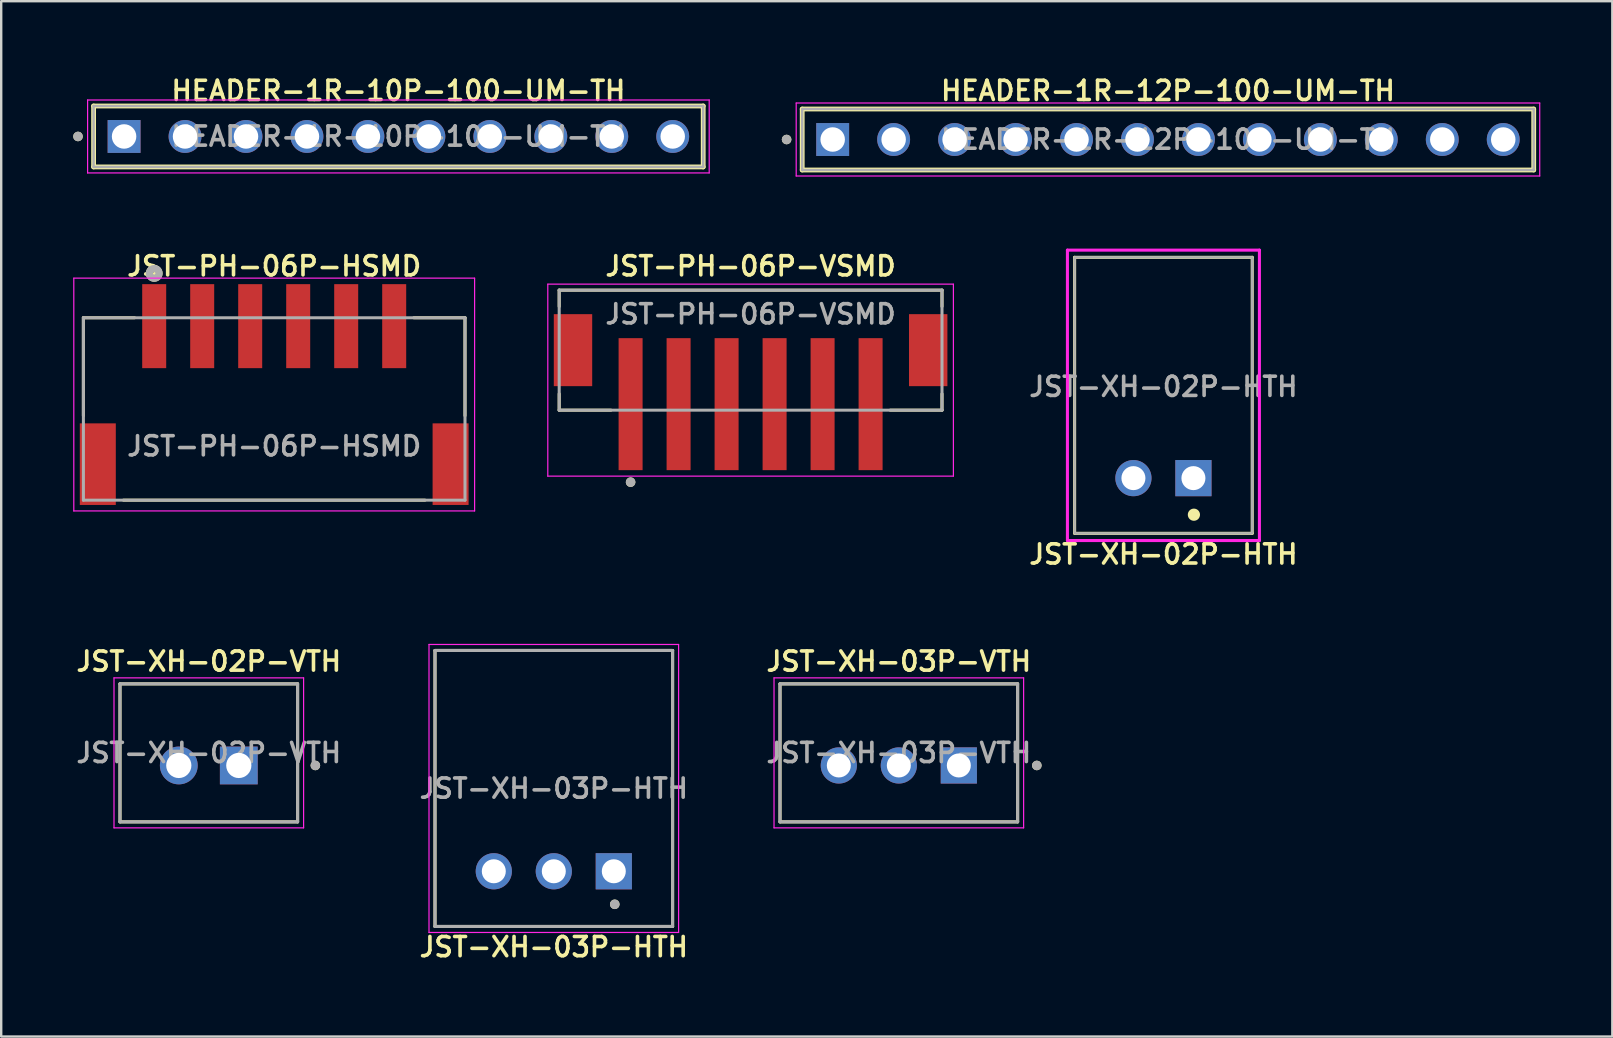
<source format=kicad_pcb>
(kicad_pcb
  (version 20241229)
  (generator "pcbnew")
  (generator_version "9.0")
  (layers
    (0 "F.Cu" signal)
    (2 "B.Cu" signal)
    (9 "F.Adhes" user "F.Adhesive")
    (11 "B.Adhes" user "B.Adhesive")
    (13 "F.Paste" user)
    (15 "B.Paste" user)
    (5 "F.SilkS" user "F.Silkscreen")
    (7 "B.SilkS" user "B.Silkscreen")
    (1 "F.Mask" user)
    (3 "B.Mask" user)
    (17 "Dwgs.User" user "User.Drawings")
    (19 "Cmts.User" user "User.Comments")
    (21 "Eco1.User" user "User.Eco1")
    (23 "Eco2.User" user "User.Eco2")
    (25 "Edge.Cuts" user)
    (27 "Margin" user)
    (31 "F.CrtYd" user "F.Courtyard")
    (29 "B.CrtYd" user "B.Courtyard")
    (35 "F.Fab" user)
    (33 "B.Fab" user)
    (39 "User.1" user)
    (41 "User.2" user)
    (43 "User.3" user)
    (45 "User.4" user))
  (footprint "JST-PH-06P-VSMD"
    (layer "F.Cu")
    (at 28.225 11.54)
    (property "Reference" "JST-PH-06P-VSMD" (at 0 -3.5 0) (layer "F.SilkS") (effects (font (size 0.8 0.8) (thickness 0.15))))
    (attr smd)
    (fp_line (start -7.975 -2.5) (end 7.975 -2.5) (stroke (width 0.127) (type solid)) (layer "F.SilkS"))
    (fp_line (start -7.975 -1.82) (end -7.975 -2.5) (stroke (width 0.127) (type solid)) (layer "F.SilkS"))
    (fp_line (start -7.975 2.5) (end -7.975 1.82) (stroke (width 0.127) (type solid)) (layer "F.SilkS"))
    (fp_line (start -5.82 2.5) (end -7.975 2.5) (stroke (width 0.127) (type solid)) (layer "F.SilkS"))
    (fp_line (start 7.975 -2.5) (end 7.975 -1.82) (stroke (width 0.127) (type solid)) (layer "F.SilkS"))
    (fp_line (start 7.975 2.5) (end 5.82 2.5) (stroke (width 0.127) (type solid)) (layer "F.SilkS"))
    (fp_line (start 7.975 2.5) (end 7.975 1.82) (stroke (width 0.127) (type solid)) (layer "F.SilkS"))
    (fp_circle (center -5 5.5) (end -4.9 5.5) (stroke (width 0.2) (type solid)) (fill no) (layer "F.SilkS"))
    (fp_line (start -8.45 -2.75) (end -8.45 5.25) (stroke (width 0.05) (type solid)) (layer "F.CrtYd"))
    (fp_line (start -8.45 5.25) (end 8.45 5.25) (stroke (width 0.05) (type solid)) (layer "F.CrtYd"))
    (fp_line (start 8.45 -2.75) (end -8.45 -2.75) (stroke (width 0.05) (type solid)) (layer "F.CrtYd"))
    (fp_line (start 8.45 5.25) (end 8.45 -2.75) (stroke (width 0.05) (type solid)) (layer "F.CrtYd"))
    (fp_line (start -7.975 -2.5) (end 7.975 -2.5) (stroke (width 0.127) (type solid)) (layer "F.Fab"))
    (fp_line (start -7.975 2.5) (end -7.975 -2.5) (stroke (width 0.127) (type solid)) (layer "F.Fab"))
    (fp_line (start 7.975 -2.5) (end 7.975 2.5) (stroke (width 0.127) (type solid)) (layer "F.Fab"))
    (fp_line (start 7.975 2.5) (end -7.975 2.5) (stroke (width 0.127) (type solid)) (layer "F.Fab"))
    (fp_circle (center -5 5.5) (end -4.9 5.5) (stroke (width 0.2) (type solid)) (fill no) (layer "F.Fab"))
    (fp_text user "${REFERENCE}" (at 0 -1.5 0) (unlocked yes) (layer "F.Fab") (effects (font (size 0.8 0.8) (thickness 0.15))))
    (pad "1" smd rect (at -5 2.25) (size 1 5.5) (layers "F.Cu" "F.Mask" "F.Paste"))
    (pad "2" smd rect (at -3 2.25) (size 1 5.5) (layers "F.Cu" "F.Mask" "F.Paste"))
    (pad "3" smd rect (at -1 2.25) (size 1 5.5) (layers "F.Cu" "F.Mask" "F.Paste"))
    (pad "4" smd rect (at 1 2.25) (size 1 5.5) (layers "F.Cu" "F.Mask" "F.Paste"))
    (pad "5" smd rect (at 3 2.25) (size 1 5.5) (layers "F.Cu" "F.Mask" "F.Paste"))
    (pad "6" smd rect (at 5 2.25) (size 1 5.5) (layers "F.Cu" "F.Mask" "F.Paste"))
    (pad "S1" smd rect (at -7.4 0) (size 1.6 3) (layers "F.Cu" "F.Mask" "F.Paste"))
    (pad "S2" smd rect (at 7.4 0) (size 1.6 3) (layers "F.Cu" "F.Mask" "F.Paste")))
  (footprint "HEADER-1R-10P-100-UM-TH"
    (layer "F.Cu")
    (at 13.55 2.636)
    (property "Reference" "HEADER-1R-10P-100-UM-TH" (at 0 -1.905 0) (layer "F.SilkS") (effects (font (size 0.8 0.8) (thickness 0.15))))
    (attr through_hole)
    (fp_line (start -12.7 1.27) (end -12.7 -1.27) (stroke (width 0.2) (type solid)) (layer "F.SilkS"))
    (fp_line (start 12.7 -1.27) (end -12.7 -1.27) (stroke (width 0.2) (type solid)) (layer "F.SilkS"))
    (fp_line (start 12.7 -1.27) (end 12.7 1.27) (stroke (width 0.2) (type solid)) (layer "F.SilkS"))
    (fp_line (start 12.7 1.27) (end -12.7 1.27) (stroke (width 0.2) (type solid)) (layer "F.SilkS"))
    (fp_circle (center -13.35 0) (end -13.25 0) (stroke (width 0.2) (type solid)) (fill no) (layer "F.SilkS"))
    (fp_line (start -12.95 -1.52) (end 12.95 -1.52) (stroke (width 0.05) (type solid)) (layer "F.CrtYd"))
    (fp_line (start -12.95 1.52) (end -12.95 -1.52) (stroke (width 0.05) (type solid)) (layer "F.CrtYd"))
    (fp_line (start 12.95 -1.52) (end 12.95 1.52) (stroke (width 0.05) (type solid)) (layer "F.CrtYd"))
    (fp_line (start 12.95 1.52) (end -12.95 1.52) (stroke (width 0.05) (type solid)) (layer "F.CrtYd"))
    (fp_line (start -12.7 -1.27) (end 12.7 -1.27) (stroke (width 0.1) (type solid)) (layer "F.Fab"))
    (fp_line (start -12.7 1.27) (end -12.7 -1.27) (stroke (width 0.1) (type solid)) (layer "F.Fab"))
    (fp_line (start 12.7 -1.27) (end 12.7 1.27) (stroke (width 0.1) (type solid)) (layer "F.Fab"))
    (fp_line (start 12.7 1.27) (end -12.7 1.27) (stroke (width 0.1) (type solid)) (layer "F.Fab"))
    (fp_circle (center -13.35 0) (end -13.25 0) (stroke (width 0.2) (type solid)) (fill no) (layer "F.Fab"))
    (fp_text user "${REFERENCE}" (at 0 0 0) (layer "F.Fab") (effects (font (size 0.8 0.8) (thickness 0.15) (bold yes))))
    (pad "01" thru_hole rect (at -11.43 0) (size 1.37 1.37) (drill 1.02) (layers "*.Cu" "*.Mask"))
    (pad "02" thru_hole circle (at -8.89 0) (size 1.37 1.37) (drill 1.02) (layers "*.Cu" "*.Mask"))
    (pad "03" thru_hole circle (at -6.35 0) (size 1.37 1.37) (drill 1.02) (layers "*.Cu" "*.Mask"))
    (pad "04" thru_hole circle (at -3.81 0) (size 1.37 1.37) (drill 1.02) (layers "*.Cu" "*.Mask"))
    (pad "05" thru_hole circle (at -1.27 0) (size 1.37 1.37) (drill 1.02) (layers "*.Cu" "*.Mask"))
    (pad "06" thru_hole circle (at 1.27 0) (size 1.37 1.37) (drill 1.02) (layers "*.Cu" "*.Mask"))
    (pad "07" thru_hole circle (at 3.81 0) (size 1.37 1.37) (drill 1.02) (layers "*.Cu" "*.Mask"))
    (pad "08" thru_hole circle (at 6.35 0) (size 1.37 1.37) (drill 1.02) (layers "*.Cu" "*.Mask"))
    (pad "09" thru_hole circle (at 8.89 0) (size 1.37 1.37) (drill 1.02) (layers "*.Cu" "*.Mask"))
    (pad "10" thru_hole circle (at 11.43 0) (size 1.37 1.37) (drill 1.02) (layers "*.Cu" "*.Mask")))
  (footprint "JST-XH-02P-HTH"
    (layer "F.Cu")
    (at 45.426 16.872)
    (property "Reference" "JST-XH-02P-HTH" (at 0 3.175 0) (layer "F.SilkS") (effects (font (size 0.8 0.8) (thickness 0.15))))
    (attr through_hole)
    (fp_line (start -3.7 -9.2) (end 3.7 -9.2) (stroke (width 0.127) (type solid)) (layer "F.SilkS"))
    (fp_line (start -3.7 2.3) (end -3.7 -9.2) (stroke (width 0.127) (type solid)) (layer "F.SilkS"))
    (fp_line (start 3.7 -9.2) (end 3.7 2.3) (stroke (width 0.127) (type solid)) (layer "F.SilkS"))
    (fp_line (start 3.7 2.3) (end -3.7 2.3) (stroke (width 0.127) (type solid)) (layer "F.SilkS"))
    (fp_circle (center 1.27 1.524) (end 1.524 1.524) (stroke (width 0) (type solid)) (fill yes) (layer "F.SilkS"))
    (fp_line (start -4 -9.5) (end 4 -9.5) (stroke (width 0.127) (type solid)) (layer "F.CrtYd"))
    (fp_line (start -4 2.6) (end -4 -9.5) (stroke (width 0.127) (type solid)) (layer "F.CrtYd"))
    (fp_line (start 4 -9.5) (end 4 2.6) (stroke (width 0.127) (type solid)) (layer "F.CrtYd"))
    (fp_line (start 4 2.6) (end -4 2.6) (stroke (width 0.127) (type solid)) (layer "F.CrtYd"))
    (fp_rect (start -3.7 -9.2) (end 3.7 2.3) (stroke (width 0.1) (type default)) (fill no) (layer "F.Fab"))
    (fp_text user "${REFERENCE}" (at 0 -3.81 0) (layer "F.Fab") (effects (font (size 0.8 0.8) (thickness 0.15) (bold yes))))
    (pad "1" thru_hole rect (at 1.25 0 180) (size 1.508 1.508) (drill 1) (layers "*.Cu" "*.Mask"))
    (pad "2" thru_hole circle (at -1.25 0 180) (size 1.508 1.508) (drill 1) (layers "*.Cu" "*.Mask")))
  (footprint "JST-XH-03P-HTH"
    (layer "F.Cu")
    (at 20.025 29.803)
    (property "Reference" "JST-XH-03P-HTH" (at 0 6.604 0) (layer "F.SilkS") (effects (font (size 0.8 0.8) (thickness 0.15))))
    (attr through_hole)
    (fp_line (start -4.95 -5.75) (end 4.95 -5.75) (stroke (width 0.127) (type solid)) (layer "F.SilkS"))
    (fp_line (start -4.95 5.75) (end -4.95 -5.75) (stroke (width 0.127) (type solid)) (layer "F.SilkS"))
    (fp_line (start 4.95 -5.75) (end 4.95 5.75) (stroke (width 0.127) (type solid)) (layer "F.SilkS"))
    (fp_line (start 4.95 5.75) (end -4.95 5.75) (stroke (width 0.127) (type solid)) (layer "F.SilkS"))
    (fp_circle (center 2.54 4.826) (end 2.64 4.826) (stroke (width 0.2) (type solid)) (fill no) (layer "F.SilkS"))
    (fp_line (start -5.2 -6) (end 5.2 -6) (stroke (width 0.05) (type solid)) (layer "F.CrtYd"))
    (fp_line (start -5.2 6) (end -5.2 -6) (stroke (width 0.05) (type solid)) (layer "F.CrtYd"))
    (fp_line (start 5.2 -6) (end 5.2 6) (stroke (width 0.05) (type solid)) (layer "F.CrtYd"))
    (fp_line (start 5.2 6) (end -5.2 6) (stroke (width 0.05) (type solid)) (layer "F.CrtYd"))
    (fp_line (start -4.95 -5.75) (end 4.95 -5.75) (stroke (width 0.127) (type solid)) (layer "F.Fab"))
    (fp_line (start -4.95 5.75) (end -4.95 -5.75) (stroke (width 0.127) (type solid)) (layer "F.Fab"))
    (fp_line (start 4.95 -5.75) (end 4.95 5.75) (stroke (width 0.127) (type solid)) (layer "F.Fab"))
    (fp_line (start 4.95 5.75) (end -4.95 5.75) (stroke (width 0.127) (type solid)) (layer "F.Fab"))
    (fp_circle (center 2.54 4.826) (end 2.64 4.826) (stroke (width 0.2) (type solid)) (fill no) (layer "F.Fab"))
    (fp_text user "${REFERENCE}" (at 0 0 0) (layer "F.Fab") (effects (font (size 0.8 0.8) (thickness 0.15) (bold yes))))
    (pad "1" thru_hole rect (at 2.5 3.45) (size 1.508 1.508) (drill 1) (layers "*.Cu" "*.Mask"))
    (pad "2" thru_hole circle (at 0 3.45) (size 1.508 1.508) (drill 1) (layers "*.Cu" "*.Mask"))
    (pad "3" thru_hole circle (at -2.5 3.45) (size 1.508 1.508) (drill 1) (layers "*.Cu" "*.Mask")))
  (footprint "JST-XH-02P-VTH"
    (layer "F.Cu")
    (at 5.65 28.319)
    (property "Reference" "JST-XH-02P-VTH" (at 0 -3.81 0) (layer "F.SilkS") (effects (font (size 0.8 0.8) (thickness 0.15))))
    (attr through_hole)
    (fp_line (start -3.7 -2.875) (end 3.7 -2.875) (stroke (width 0.127) (type solid)) (layer "F.SilkS"))
    (fp_line (start -3.7 2.875) (end -3.7 -2.875) (stroke (width 0.127) (type solid)) (layer "F.SilkS"))
    (fp_line (start 3.7 -2.875) (end 3.7 2.875) (stroke (width 0.127) (type solid)) (layer "F.SilkS"))
    (fp_line (start 3.7 2.875) (end -3.7 2.875) (stroke (width 0.127) (type solid)) (layer "F.SilkS"))
    (fp_circle (center 4.44 0.525) (end 4.54 0.525) (stroke (width 0.2) (type solid)) (fill no) (layer "F.SilkS"))
    (fp_line (start -3.95 -3.125) (end -3.95 3.125) (stroke (width 0.05) (type solid)) (layer "F.CrtYd"))
    (fp_line (start -3.95 3.125) (end 3.95 3.125) (stroke (width 0.05) (type solid)) (layer "F.CrtYd"))
    (fp_line (start 3.95 -3.125) (end -3.95 -3.125) (stroke (width 0.05) (type solid)) (layer "F.CrtYd"))
    (fp_line (start 3.95 3.125) (end 3.95 -3.125) (stroke (width 0.05) (type solid)) (layer "F.CrtYd"))
    (fp_line (start -3.7 -2.875) (end 3.7 -2.875) (stroke (width 0.127) (type solid)) (layer "F.Fab"))
    (fp_line (start -3.7 2.875) (end -3.7 -2.875) (stroke (width 0.127) (type solid)) (layer "F.Fab"))
    (fp_line (start 3.7 -2.875) (end 3.7 2.875) (stroke (width 0.127) (type solid)) (layer "F.Fab"))
    (fp_line (start 3.7 2.875) (end -3.7 2.875) (stroke (width 0.127) (type solid)) (layer "F.Fab"))
    (fp_circle (center 4.44 0.525) (end 4.54 0.525) (stroke (width 0.2) (type solid)) (fill no) (layer "F.Fab"))
    (fp_text user "${REFERENCE}" (at 0 0 0) (layer "F.Fab") (effects (font (size 0.8 0.8) (thickness 0.15) (bold yes))))
    (pad "1" thru_hole rect (at 1.25 0.525) (size 1.575 1.575) (drill 1.05) (layers "*.Cu" "*.Mask"))
    (pad "2" thru_hole circle (at -1.25 0.525) (size 1.575 1.575) (drill 1.05) (layers "*.Cu" "*.Mask")))
  (footprint "JST-XH-03P-VTH"
    (layer "F.Cu")
    (at 34.401 28.319)
    (property "Reference" "JST-XH-03P-VTH" (at 0 -3.81 0) (layer "F.SilkS") (effects (font (size 0.8 0.8) (thickness 0.15))))
    (attr through_hole)
    (fp_line (start -4.95 -2.875) (end 4.95 -2.875) (stroke (width 0.127) (type solid)) (layer "F.SilkS"))
    (fp_line (start -4.95 2.875) (end -4.95 -2.875) (stroke (width 0.127) (type solid)) (layer "F.SilkS"))
    (fp_line (start 4.95 -2.875) (end 4.95 2.875) (stroke (width 0.127) (type solid)) (layer "F.SilkS"))
    (fp_line (start 4.95 2.875) (end -4.95 2.875) (stroke (width 0.127) (type solid)) (layer "F.SilkS"))
    (fp_circle (center 5.75 0.525) (end 5.85 0.525) (stroke (width 0.2) (type solid)) (fill no) (layer "F.SilkS"))
    (fp_line (start -5.2 -3.125) (end 5.2 -3.125) (stroke (width 0.05) (type solid)) (layer "F.CrtYd"))
    (fp_line (start -5.2 3.125) (end -5.2 -3.125) (stroke (width 0.05) (type solid)) (layer "F.CrtYd"))
    (fp_line (start 5.2 -3.125) (end 5.2 3.125) (stroke (width 0.05) (type solid)) (layer "F.CrtYd"))
    (fp_line (start 5.2 3.125) (end -5.2 3.125) (stroke (width 0.05) (type solid)) (layer "F.CrtYd"))
    (fp_line (start -4.95 -2.875) (end 4.95 -2.875) (stroke (width 0.127) (type solid)) (layer "F.Fab"))
    (fp_line (start -4.95 2.875) (end -4.95 -2.875) (stroke (width 0.127) (type solid)) (layer "F.Fab"))
    (fp_line (start 4.95 -2.875) (end 4.95 2.875) (stroke (width 0.127) (type solid)) (layer "F.Fab"))
    (fp_line (start 4.95 2.875) (end -4.95 2.875) (stroke (width 0.127) (type solid)) (layer "F.Fab"))
    (fp_circle (center 5.75 0.525) (end 5.85 0.525) (stroke (width 0.2) (type solid)) (fill no) (layer "F.Fab"))
    (fp_text user "${REFERENCE}" (at 0 0 0) (layer "F.Fab") (effects (font (size 0.8 0.8) (thickness 0.15) (bold yes))))
    (pad "1" thru_hole rect (at 2.5 0.525) (size 1.508 1.508) (drill 1) (layers "*.Cu" "*.Mask"))
    (pad "2" thru_hole circle (at 0 0.525) (size 1.508 1.508) (drill 1) (layers "*.Cu" "*.Mask"))
    (pad "3" thru_hole circle (at -2.5 0.525) (size 1.508 1.508) (drill 1) (layers "*.Cu" "*.Mask")))
  (footprint "JST-PH-06P-HSMD"
    (layer "F.Cu")
    (at 8.375 10.54)
    (property "Reference" "JST-PH-06P-HSMD" (at 0 -2.5 0) (layer "F.SilkS") (effects (font (size 0.8 0.8) (thickness 0.15))))
    (attr smd)
    (fp_line (start -7.95 -0.35) (end -7.95 3.73) (stroke (width 0.127) (type solid)) (layer "F.SilkS"))
    (fp_line (start -6.28 7.25) (end 6.28 7.25) (stroke (width 0.127) (type solid)) (layer "F.SilkS"))
    (fp_line (start -5.82 -0.35) (end -7.95 -0.35) (stroke (width 0.127) (type solid)) (layer "F.SilkS"))
    (fp_line (start 5.82 -0.35) (end 7.95 -0.35) (stroke (width 0.127) (type solid)) (layer "F.SilkS"))
    (fp_line (start 7.95 -0.35) (end 7.95 3.73) (stroke (width 0.127) (type solid)) (layer "F.SilkS"))
    (fp_circle (center -5 -2.2) (end -4.95 -2.2) (stroke (width 0.3) (type solid)) (fill no) (layer "F.SilkS"))
    (fp_line (start -8.35 -2) (end 8.35 -2) (stroke (width 0.05) (type solid)) (layer "F.CrtYd"))
    (fp_line (start -8.35 7.7) (end -8.35 -2) (stroke (width 0.05) (type solid)) (layer "F.CrtYd"))
    (fp_line (start 8.35 -2) (end 8.35 7.7) (stroke (width 0.05) (type solid)) (layer "F.CrtYd"))
    (fp_line (start 8.35 7.7) (end -8.35 7.7) (stroke (width 0.05) (type solid)) (layer "F.CrtYd"))
    (fp_line (start -7.95 -0.35) (end 7.95 -0.35) (stroke (width 0.127) (type solid)) (layer "F.Fab"))
    (fp_line (start -7.95 7.25) (end -7.95 -0.35) (stroke (width 0.127) (type solid)) (layer "F.Fab"))
    (fp_line (start 7.95 -0.35) (end 7.95 7.25) (stroke (width 0.127) (type solid)) (layer "F.Fab"))
    (fp_line (start 7.95 7.25) (end -7.95 7.25) (stroke (width 0.127) (type solid)) (layer "F.Fab"))
    (fp_circle (center -5 -2.2) (end -4.95 -2.2) (stroke (width 0.3) (type solid)) (fill no) (layer "F.Fab"))
    (fp_text user "${REFERENCE}" (at 0 5 0) (unlocked yes) (layer "F.Fab") (effects (font (size 0.8 0.8) (thickness 0.15))))
    (pad "1" smd rect (at -5 0) (size 1 3.5) (layers "F.Cu" "F.Mask" "F.Paste"))
    (pad "2" smd rect (at -3 0) (size 1 3.5) (layers "F.Cu" "F.Mask" "F.Paste"))
    (pad "3" smd rect (at -1 0) (size 1 3.5) (layers "F.Cu" "F.Mask" "F.Paste"))
    (pad "4" smd rect (at 1 0) (size 1 3.5) (layers "F.Cu" "F.Mask" "F.Paste"))
    (pad "5" smd rect (at 3 0) (size 1 3.5) (layers "F.Cu" "F.Mask" "F.Paste"))
    (pad "6" smd rect (at 5 0) (size 1 3.5) (layers "F.Cu" "F.Mask" "F.Paste"))
    (pad "S1" smd rect (at -7.35 5.75) (size 1.5 3.4) (layers "F.Cu" "F.Mask" "F.Paste"))
    (pad "S2" smd rect (at 7.35 5.75) (size 1.5 3.4) (layers "F.Cu" "F.Mask" "F.Paste")))
  (footprint "HEADER-1R-12P-100-UM-TH"
    (layer "F.Cu")
    (at 45.615 2.763)
    (property "Reference" "HEADER-1R-12P-100-UM-TH" (at 0 -2.032 0) (layer "F.SilkS") (effects (font (size 0.8 0.8) (thickness 0.15))))
    (attr through_hole)
    (fp_line (start -15.24 1.27) (end -15.24 -1.27) (stroke (width 0.2) (type solid)) (layer "F.SilkS"))
    (fp_line (start 15.24 -1.27) (end -15.24 -1.27) (stroke (width 0.2) (type solid)) (layer "F.SilkS"))
    (fp_line (start 15.24 -1.27) (end 15.24 1.27) (stroke (width 0.2) (type solid)) (layer "F.SilkS"))
    (fp_line (start 15.24 1.27) (end -15.24 1.27) (stroke (width 0.2) (type solid)) (layer "F.SilkS"))
    (fp_circle (center -15.89 0) (end -15.79 0) (stroke (width 0.2) (type solid)) (fill no) (layer "F.SilkS"))
    (fp_line (start -15.49 -1.52) (end 15.49 -1.52) (stroke (width 0.05) (type solid)) (layer "F.CrtYd"))
    (fp_line (start -15.49 1.52) (end -15.49 -1.52) (stroke (width 0.05) (type solid)) (layer "F.CrtYd"))
    (fp_line (start 15.49 -1.52) (end 15.49 1.52) (stroke (width 0.05) (type solid)) (layer "F.CrtYd"))
    (fp_line (start 15.49 1.52) (end -15.49 1.52) (stroke (width 0.05) (type solid)) (layer "F.CrtYd"))
    (fp_line (start -15.24 -1.27) (end 15.24 -1.27) (stroke (width 0.1) (type solid)) (layer "F.Fab"))
    (fp_line (start -15.24 1.27) (end -15.24 -1.27) (stroke (width 0.1) (type solid)) (layer "F.Fab"))
    (fp_line (start 15.24 -1.27) (end 15.24 1.27) (stroke (width 0.1) (type solid)) (layer "F.Fab"))
    (fp_line (start 15.24 1.27) (end -15.24 1.27) (stroke (width 0.1) (type solid)) (layer "F.Fab"))
    (fp_circle (center -15.89 0) (end -15.79 0) (stroke (width 0.2) (type solid)) (fill no) (layer "F.Fab"))
    (fp_text user "${REFERENCE}" (at 0 0 0) (layer "F.Fab") (effects (font (size 0.8 0.8) (thickness 0.15) (bold yes))))
    (pad "01" thru_hole rect (at -13.97 0) (size 1.37 1.37) (drill 1.02) (layers "*.Cu" "*.Mask"))
    (pad "02" thru_hole circle (at -11.43 0) (size 1.37 1.37) (drill 1.02) (layers "*.Cu" "*.Mask"))
    (pad "03" thru_hole circle (at -8.89 0) (size 1.37 1.37) (drill 1.02) (layers "*.Cu" "*.Mask"))
    (pad "04" thru_hole circle (at -6.35 0) (size 1.37 1.37) (drill 1.02) (layers "*.Cu" "*.Mask"))
    (pad "05" thru_hole circle (at -3.81 0) (size 1.37 1.37) (drill 1.02) (layers "*.Cu" "*.Mask"))
    (pad "06" thru_hole circle (at -1.27 0) (size 1.37 1.37) (drill 1.02) (layers "*.Cu" "*.Mask"))
    (pad "07" thru_hole circle (at 1.27 0) (size 1.37 1.37) (drill 1.02) (layers "*.Cu" "*.Mask"))
    (pad "08" thru_hole circle (at 3.81 0) (size 1.37 1.37) (drill 1.02) (layers "*.Cu" "*.Mask"))
    (pad "09" thru_hole circle (at 6.35 0) (size 1.37 1.37) (drill 1.02) (layers "*.Cu" "*.Mask"))
    (pad "10" thru_hole circle (at 8.89 0) (size 1.37 1.37) (drill 1.02) (layers "*.Cu" "*.Mask"))
    (pad "11" thru_hole circle (at 11.43 0) (size 1.37 1.37) (drill 1.02) (layers "*.Cu" "*.Mask"))
    (pad "12" thru_hole circle (at 13.97 0) (size 1.37 1.37) (drill 1.02) (layers "*.Cu" "*.Mask")))
  (gr_rect
    (start -3 -3)
    (end 64.13 40.138)
    (stroke (width 0.1) (type default))
    (fill no)
    (layer "Edge.Cuts")))
</source>
